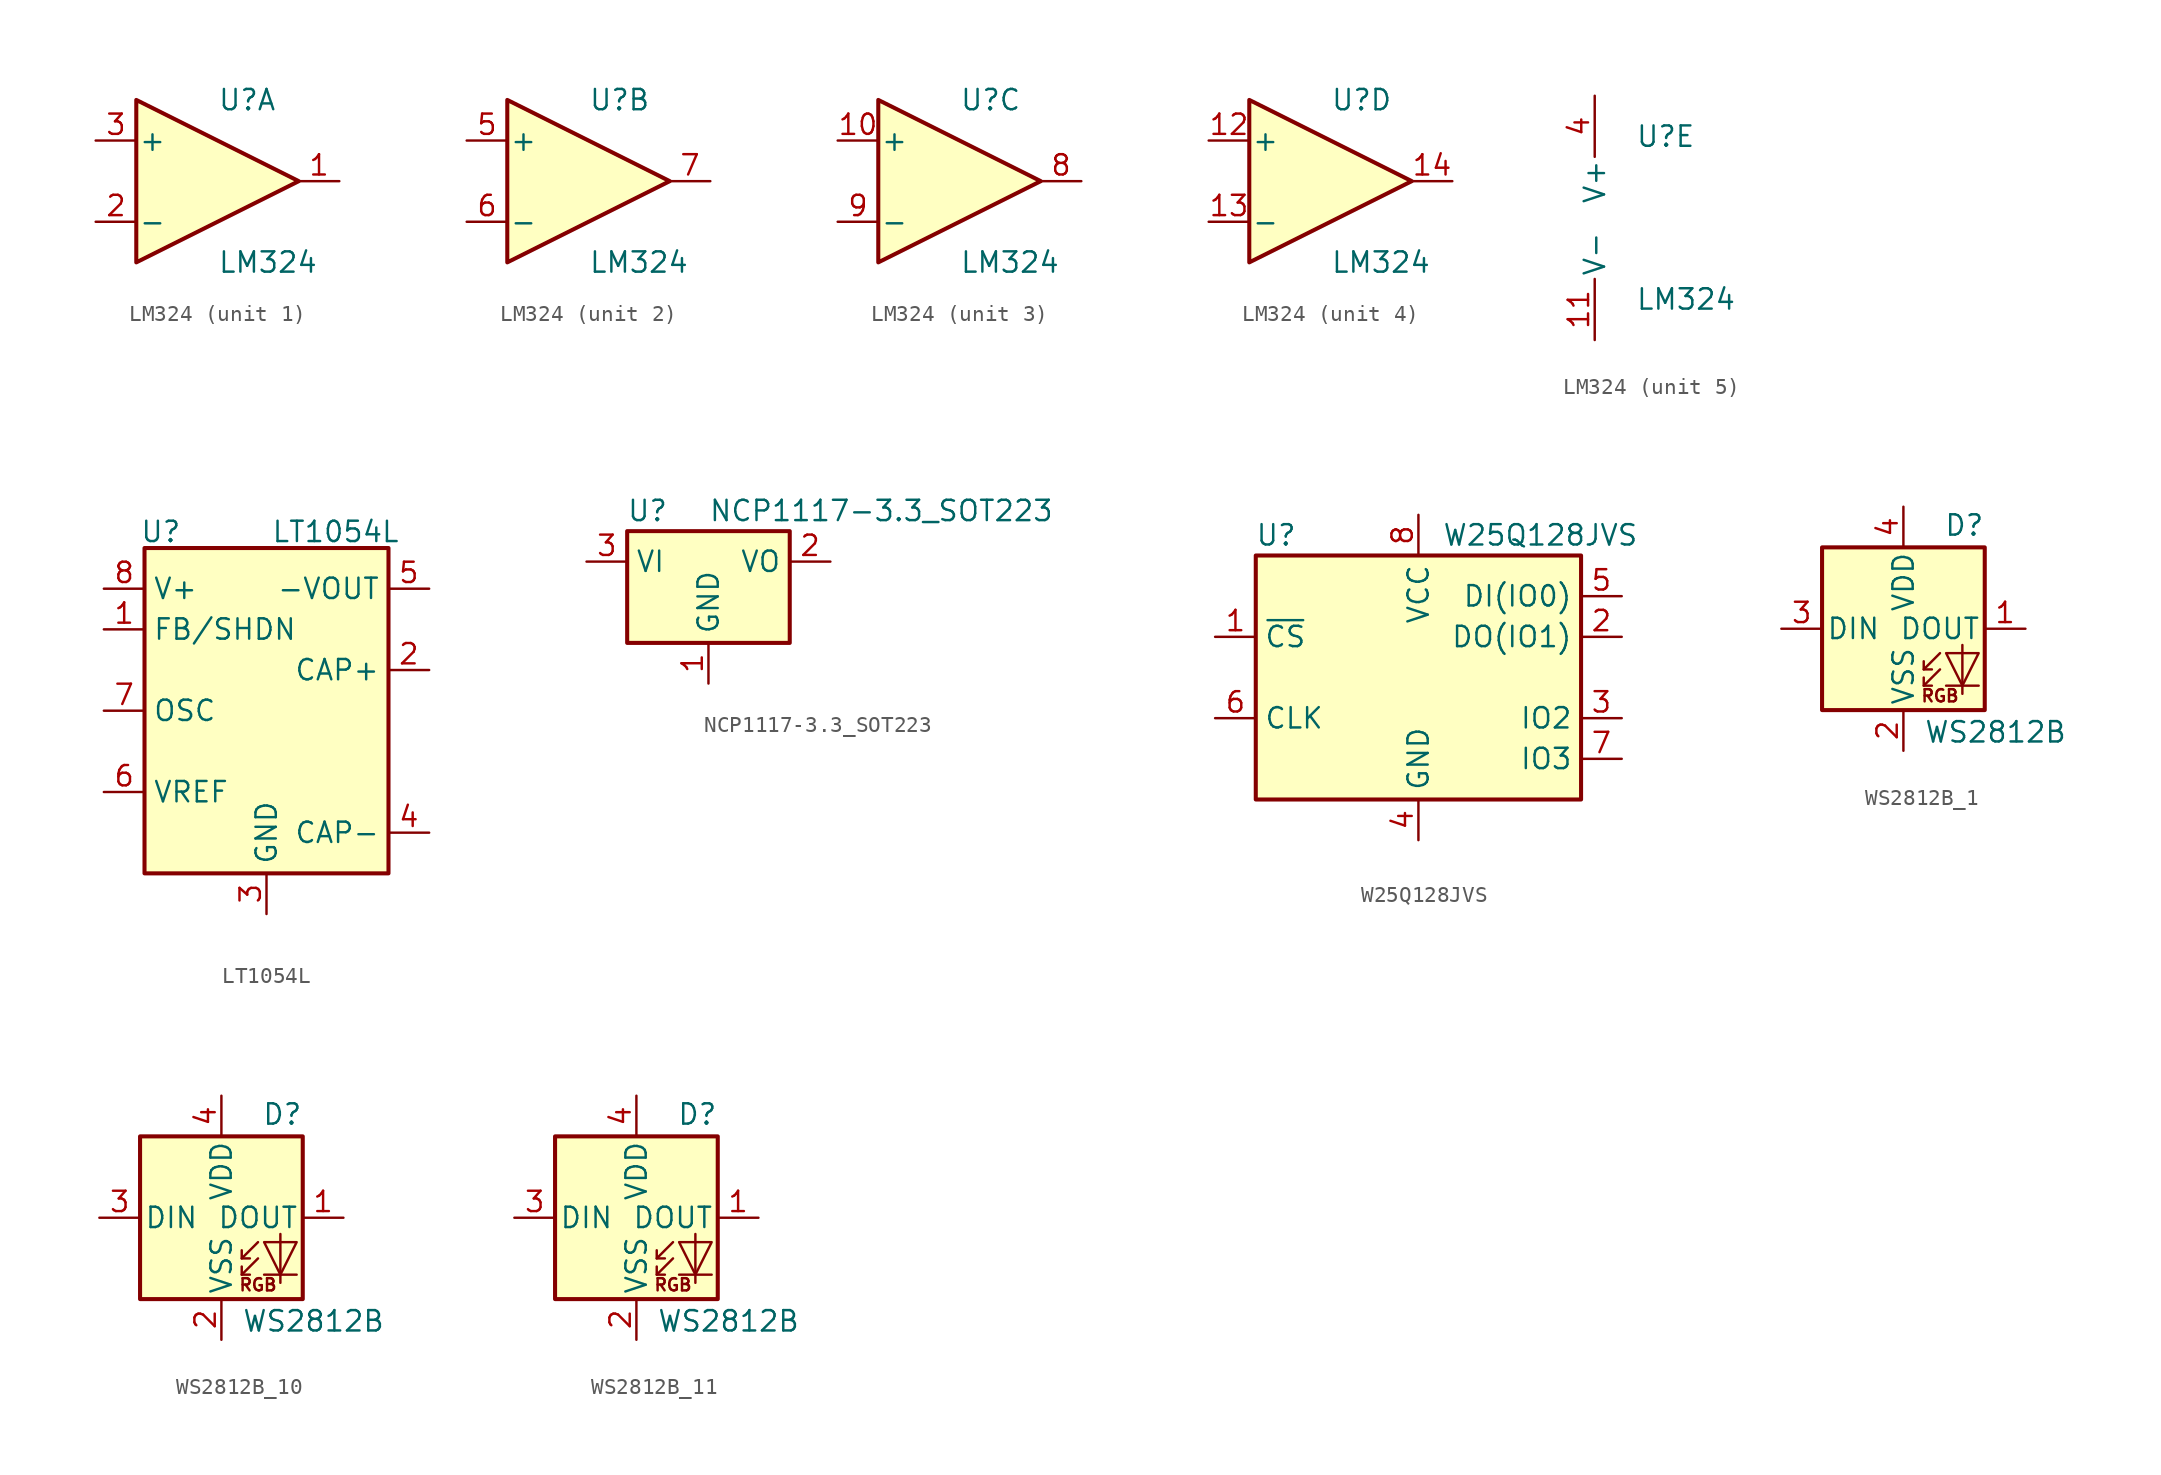
<source format=kicad_sym>
(kicad_symbol_lib
  (version 20220914)
  (generator kicad_symbol_editor)
  (symbol "LM324"
    (pin_names
      (offset 0.127))
    (property "Reference" "U"
      (at 0 5.08 0)
      (effects (font (size 1.27 1.27)) (justify left)))
    (property "Value" "LM324"
      (at 0 -5.08 0)
      (effects (font (size 1.27 1.27)) (justify left)))
    (property "ki_locked" ""
      (at 0 0 0)
      (effects (font (size 1.27 1.27))))
    (symbol "LM324_1_1"
      (polyline (pts (xy -5.08 5.08) (xy 5.08 0) (xy -5.08 -5.08) (xy -5.08 5.08)) (stroke (width 0.254) (type default)) (fill (type background)))
      (pin output line (at 7.62 0 180) (length 2.54) (name "~" (effects (font (size 1.27 1.27)))) (number "1" (effects (font (size 1.27 1.27)))))
      (pin input line (at -7.62 -2.54 0) (length 2.54) (name "-" (effects (font (size 1.27 1.27)))) (number "2" (effects (font (size 1.27 1.27)))))
      (pin input line (at -7.62 2.54 0) (length 2.54) (name "+" (effects (font (size 1.27 1.27)))) (number "3" (effects (font (size 1.27 1.27))))))
    (symbol "LM324_2_1"
      (polyline (pts (xy -5.08 5.08) (xy 5.08 0) (xy -5.08 -5.08) (xy -5.08 5.08)) (stroke (width 0.254) (type default)) (fill (type background)))
      (pin input line (at -7.62 2.54 0) (length 2.54) (name "+" (effects (font (size 1.27 1.27)))) (number "5" (effects (font (size 1.27 1.27)))))
      (pin input line (at -7.62 -2.54 0) (length 2.54) (name "-" (effects (font (size 1.27 1.27)))) (number "6" (effects (font (size 1.27 1.27)))))
      (pin output line (at 7.62 0 180) (length 2.54) (name "~" (effects (font (size 1.27 1.27)))) (number "7" (effects (font (size 1.27 1.27))))))
    (symbol "LM324_3_1"
      (polyline (pts (xy -5.08 5.08) (xy 5.08 0) (xy -5.08 -5.08) (xy -5.08 5.08)) (stroke (width 0.254) (type default)) (fill (type background)))
      (pin input line (at -7.62 2.54 0) (length 2.54) (name "+" (effects (font (size 1.27 1.27)))) (number "10" (effects (font (size 1.27 1.27)))))
      (pin output line (at 7.62 0 180) (length 2.54) (name "~" (effects (font (size 1.27 1.27)))) (number "8" (effects (font (size 1.27 1.27)))))
      (pin input line (at -7.62 -2.54 0) (length 2.54) (name "-" (effects (font (size 1.27 1.27)))) (number "9" (effects (font (size 1.27 1.27))))))
    (symbol "LM324_4_1"
      (polyline (pts (xy -5.08 5.08) (xy 5.08 0) (xy -5.08 -5.08) (xy -5.08 5.08)) (stroke (width 0.254) (type default)) (fill (type background)))
      (pin input line (at -7.62 2.54 0) (length 2.54) (name "+" (effects (font (size 1.27 1.27)))) (number "12" (effects (font (size 1.27 1.27)))))
      (pin input line (at -7.62 -2.54 0) (length 2.54) (name "-" (effects (font (size 1.27 1.27)))) (number "13" (effects (font (size 1.27 1.27)))))
      (pin output line (at 7.62 0 180) (length 2.54) (name "~" (effects (font (size 1.27 1.27)))) (number "14" (effects (font (size 1.27 1.27))))))
    (symbol "LM324_5_1"
      (pin power_in line (at -2.54 -7.62 90) (length 3.81) (name "V-" (effects (font (size 1.27 1.27)))) (number "11" (effects (font (size 1.27 1.27)))))
      (pin power_in line (at -2.54 7.62 270) (length 3.81) (name "V+" (effects (font (size 1.27 1.27)))) (number "4" (effects (font (size 1.27 1.27)))))))
  (symbol "LT1054L"
    (property "Reference" "U"
      (at -6.604 11.176 0)
      (effects (font (size 1.27 1.27))))
    (property "Value" "LT1054L"
      (at 4.318 11.176 0)
      (effects (font (size 1.27 1.27))))
    (symbol "LT1054L_0_1"
      (rectangle (start -7.62 10.16) (end 7.62 -10.16) (stroke (width 0.254) (type default)) (fill (type background))))
    (symbol "LT1054L_1_1"
      (pin input line (at -10.16 5.08 0) (length 2.54) (name "FB/SHDN" (effects (font (size 1.27 1.27)))) (number "1" (effects (font (size 1.27 1.27)))))
      (pin input line (at 10.16 2.54 180) (length 2.54) (name "CAP+" (effects (font (size 1.27 1.27)))) (number "2" (effects (font (size 1.27 1.27)))))
      (pin power_in line (at 0 -12.7 90) (length 2.54) (name "GND" (effects (font (size 1.27 1.27)))) (number "3" (effects (font (size 1.27 1.27)))))
      (pin input line (at 10.16 -7.62 180) (length 2.54) (name "CAP-" (effects (font (size 1.27 1.27)))) (number "4" (effects (font (size 1.27 1.27)))))
      (pin power_out line (at 10.16 7.62 180) (length 2.54) (name "-VOUT" (effects (font (size 1.27 1.27)))) (number "5" (effects (font (size 1.27 1.27)))))
      (pin output line (at -10.16 -5.08 0) (length 2.54) (name "VREF" (effects (font (size 1.27 1.27)))) (number "6" (effects (font (size 1.27 1.27)))))
      (pin input line (at -10.16 0 0) (length 2.54) (name "OSC" (effects (font (size 1.27 1.27)))) (number "7" (effects (font (size 1.27 1.27)))))
      (pin power_in line (at -10.16 7.62 0) (length 2.54) (name "V+" (effects (font (size 1.27 1.27)))) (number "8" (effects (font (size 1.27 1.27)))))))
  (symbol "NCP1117-3.3_SOT223"
    (property "Reference" "U"
      (at -3.81 3.175 0)
      (effects (font (size 1.27 1.27))))
    (property "Value" "NCP1117-3.3_SOT223"
      (at 0 3.175 0)
      (effects (font (size 1.27 1.27)) (justify left)))
    (symbol "NCP1117-3.3_SOT223_0_1"
      (rectangle (start -5.08 -5.08) (end 5.08 1.905) (stroke (width 0.254) (type default)) (fill (type background))))
    (symbol "NCP1117-3.3_SOT223_1_1"
      (pin power_in line (at 0 -7.62 90) (length 2.54) (name "GND" (effects (font (size 1.27 1.27)))) (number "1" (effects (font (size 1.27 1.27)))))
      (pin power_out line (at 7.62 0 180) (length 2.54) (name "VO" (effects (font (size 1.27 1.27)))) (number "2" (effects (font (size 1.27 1.27)))))
      (pin power_in line (at -7.62 0 0) (length 2.54) (name "VI" (effects (font (size 1.27 1.27)))) (number "3" (effects (font (size 1.27 1.27)))))))
  (symbol "W25Q128JVS"
    (property "Reference" "U"
      (at -8.89 8.89 0)
      (effects (font (size 1.27 1.27))))
    (property "Value" "W25Q128JVS"
      (at 7.62 8.89 0)
      (effects (font (size 1.27 1.27))))
    (symbol "W25Q128JVS_0_1"
      (rectangle (start -10.16 7.62) (end 10.16 -7.62) (stroke (width 0.254) (type solid)) (fill (type background))))
    (symbol "W25Q128JVS_1_1"
      (pin input line (at -12.7 2.54 0) (length 2.54) (name "~{CS}" (effects (font (size 1.27 1.27)))) (number "1" (effects (font (size 1.27 1.27)))))
      (pin bidirectional line (at 12.7 2.54 180) (length 2.54) (name "DO(IO1)" (effects (font (size 1.27 1.27)))) (number "2" (effects (font (size 1.27 1.27)))))
      (pin bidirectional line (at 12.7 -2.54 180) (length 2.54) (name "IO2" (effects (font (size 1.27 1.27)))) (number "3" (effects (font (size 1.27 1.27)))))
      (pin power_in line (at 0 -10.16 90) (length 2.54) (name "GND" (effects (font (size 1.27 1.27)))) (number "4" (effects (font (size 1.27 1.27)))))
      (pin bidirectional line (at 12.7 5.08 180) (length 2.54) (name "DI(IO0)" (effects (font (size 1.27 1.27)))) (number "5" (effects (font (size 1.27 1.27)))))
      (pin input line (at -12.7 -2.54 0) (length 2.54) (name "CLK" (effects (font (size 1.27 1.27)))) (number "6" (effects (font (size 1.27 1.27)))))
      (pin bidirectional line (at 12.7 -5.08 180) (length 2.54) (name "IO3" (effects (font (size 1.27 1.27)))) (number "7" (effects (font (size 1.27 1.27)))))
      (pin power_in line (at 0 10.16 270) (length 2.54) (name "VCC" (effects (font (size 1.27 1.27)))) (number "8" (effects (font (size 1.27 1.27)))))))
  (symbol "WS2812B_1"
    (pin_names
      (offset 0.254))
    (property "Reference" "D"
      (at 5.08 5.715 0)
      (effects (font (size 1.27 1.27)) (justify right bottom)))
    (property "Value" "WS2812B"
      (at 1.27 -5.715 0)
      (effects (font (size 1.27 1.27)) (justify left top)))
    (symbol "WS2812B_1_0_0"
      (text "RGB" (at 2.286 -4.191 0) (effects (font (size 0.762 0.762)))))
    (symbol "WS2812B_1_0_1"
      (polyline (pts (xy 1.27 -3.556) (xy 1.778 -3.556)) (stroke (width 0) (type default)) (fill (type none)))
      (polyline (pts (xy 1.27 -2.54) (xy 1.778 -2.54)) (stroke (width 0) (type default)) (fill (type none)))
      (polyline (pts (xy 4.699 -3.556) (xy 2.667 -3.556)) (stroke (width 0) (type default)) (fill (type none)))
      (polyline (pts (xy 2.286 -2.54) (xy 1.27 -3.556) (xy 1.27 -3.048)) (stroke (width 0) (type default)) (fill (type none)))
      (polyline (pts (xy 2.286 -1.524) (xy 1.27 -2.54) (xy 1.27 -2.032)) (stroke (width 0) (type default)) (fill (type none)))
      (polyline (pts (xy 3.683 -1.016) (xy 3.683 -3.556) (xy 3.683 -4.064)) (stroke (width 0) (type default)) (fill (type none)))
      (polyline (pts (xy 4.699 -1.524) (xy 2.667 -1.524) (xy 3.683 -3.556) (xy 4.699 -1.524)) (stroke (width 0) (type default)) (fill (type none)))
      (rectangle (start 5.08 5.08) (end -5.08 -5.08) (stroke (width 0.254) (type default)) (fill (type background))))
    (symbol "WS2812B_1_1_1"
      (pin output line (at 7.62 0 180) (length 2.54) (name "DOUT" (effects (font (size 1.27 1.27)))) (number "1" (effects (font (size 1.27 1.27)))))
      (pin power_in line (at 0 -7.62 90) (length 2.54) (name "VSS" (effects (font (size 1.27 1.27)))) (number "2" (effects (font (size 1.27 1.27)))))
      (pin input line (at -7.62 0 0) (length 2.54) (name "DIN" (effects (font (size 1.27 1.27)))) (number "3" (effects (font (size 1.27 1.27)))))
      (pin power_in line (at 0 7.62 270) (length 2.54) (name "VDD" (effects (font (size 1.27 1.27)))) (number "4" (effects (font (size 1.27 1.27)))))))
  (symbol "WS2812B_10"
    (pin_names
      (offset 0.254))
    (property "Reference" "D"
      (at 5.08 5.715 0)
      (effects (font (size 1.27 1.27)) (justify right bottom)))
    (property "Value" "WS2812B"
      (at 1.27 -5.715 0)
      (effects (font (size 1.27 1.27)) (justify left top)))
    (symbol "WS2812B_10_0_0"
      (text "RGB" (at 2.286 -4.191 0) (effects (font (size 0.762 0.762)))))
    (symbol "WS2812B_10_0_1"
      (polyline (pts (xy 1.27 -3.556) (xy 1.778 -3.556)) (stroke (width 0) (type default)) (fill (type none)))
      (polyline (pts (xy 1.27 -2.54) (xy 1.778 -2.54)) (stroke (width 0) (type default)) (fill (type none)))
      (polyline (pts (xy 4.699 -3.556) (xy 2.667 -3.556)) (stroke (width 0) (type default)) (fill (type none)))
      (polyline (pts (xy 2.286 -2.54) (xy 1.27 -3.556) (xy 1.27 -3.048)) (stroke (width 0) (type default)) (fill (type none)))
      (polyline (pts (xy 2.286 -1.524) (xy 1.27 -2.54) (xy 1.27 -2.032)) (stroke (width 0) (type default)) (fill (type none)))
      (polyline (pts (xy 3.683 -1.016) (xy 3.683 -3.556) (xy 3.683 -4.064)) (stroke (width 0) (type default)) (fill (type none)))
      (polyline (pts (xy 4.699 -1.524) (xy 2.667 -1.524) (xy 3.683 -3.556) (xy 4.699 -1.524)) (stroke (width 0) (type default)) (fill (type none)))
      (rectangle (start 5.08 5.08) (end -5.08 -5.08) (stroke (width 0.254) (type default)) (fill (type background))))
    (symbol "WS2812B_10_1_1"
      (pin output line (at 7.62 0 180) (length 2.54) (name "DOUT" (effects (font (size 1.27 1.27)))) (number "1" (effects (font (size 1.27 1.27)))))
      (pin power_in line (at 0 -7.62 90) (length 2.54) (name "VSS" (effects (font (size 1.27 1.27)))) (number "2" (effects (font (size 1.27 1.27)))))
      (pin input line (at -7.62 0 0) (length 2.54) (name "DIN" (effects (font (size 1.27 1.27)))) (number "3" (effects (font (size 1.27 1.27)))))
      (pin power_in line (at 0 7.62 270) (length 2.54) (name "VDD" (effects (font (size 1.27 1.27)))) (number "4" (effects (font (size 1.27 1.27)))))))
  (symbol "WS2812B_11"
    (pin_names
      (offset 0.254))
    (property "Reference" "D"
      (at 5.08 5.715 0)
      (effects (font (size 1.27 1.27)) (justify right bottom)))
    (property "Value" "WS2812B"
      (at 1.27 -5.715 0)
      (effects (font (size 1.27 1.27)) (justify left top)))
    (symbol "WS2812B_11_0_0"
      (text "RGB" (at 2.286 -4.191 0) (effects (font (size 0.762 0.762)))))
    (symbol "WS2812B_11_0_1"
      (polyline (pts (xy 1.27 -3.556) (xy 1.778 -3.556)) (stroke (width 0) (type default)) (fill (type none)))
      (polyline (pts (xy 1.27 -2.54) (xy 1.778 -2.54)) (stroke (width 0) (type default)) (fill (type none)))
      (polyline (pts (xy 4.699 -3.556) (xy 2.667 -3.556)) (stroke (width 0) (type default)) (fill (type none)))
      (polyline (pts (xy 2.286 -2.54) (xy 1.27 -3.556) (xy 1.27 -3.048)) (stroke (width 0) (type default)) (fill (type none)))
      (polyline (pts (xy 2.286 -1.524) (xy 1.27 -2.54) (xy 1.27 -2.032)) (stroke (width 0) (type default)) (fill (type none)))
      (polyline (pts (xy 3.683 -1.016) (xy 3.683 -3.556) (xy 3.683 -4.064)) (stroke (width 0) (type default)) (fill (type none)))
      (polyline (pts (xy 4.699 -1.524) (xy 2.667 -1.524) (xy 3.683 -3.556) (xy 4.699 -1.524)) (stroke (width 0) (type default)) (fill (type none)))
      (rectangle (start 5.08 5.08) (end -5.08 -5.08) (stroke (width 0.254) (type default)) (fill (type background))))
    (symbol "WS2812B_11_1_1"
      (pin output line (at 7.62 0 180) (length 2.54) (name "DOUT" (effects (font (size 1.27 1.27)))) (number "1" (effects (font (size 1.27 1.27)))))
      (pin power_in line (at 0 -7.62 90) (length 2.54) (name "VSS" (effects (font (size 1.27 1.27)))) (number "2" (effects (font (size 1.27 1.27)))))
      (pin input line (at -7.62 0 0) (length 2.54) (name "DIN" (effects (font (size 1.27 1.27)))) (number "3" (effects (font (size 1.27 1.27)))))
      (pin power_in line (at 0 7.62 270) (length 2.54) (name "VDD" (effects (font (size 1.27 1.27)))) (number "4" (effects (font (size 1.27 1.27))))))))
</source>
